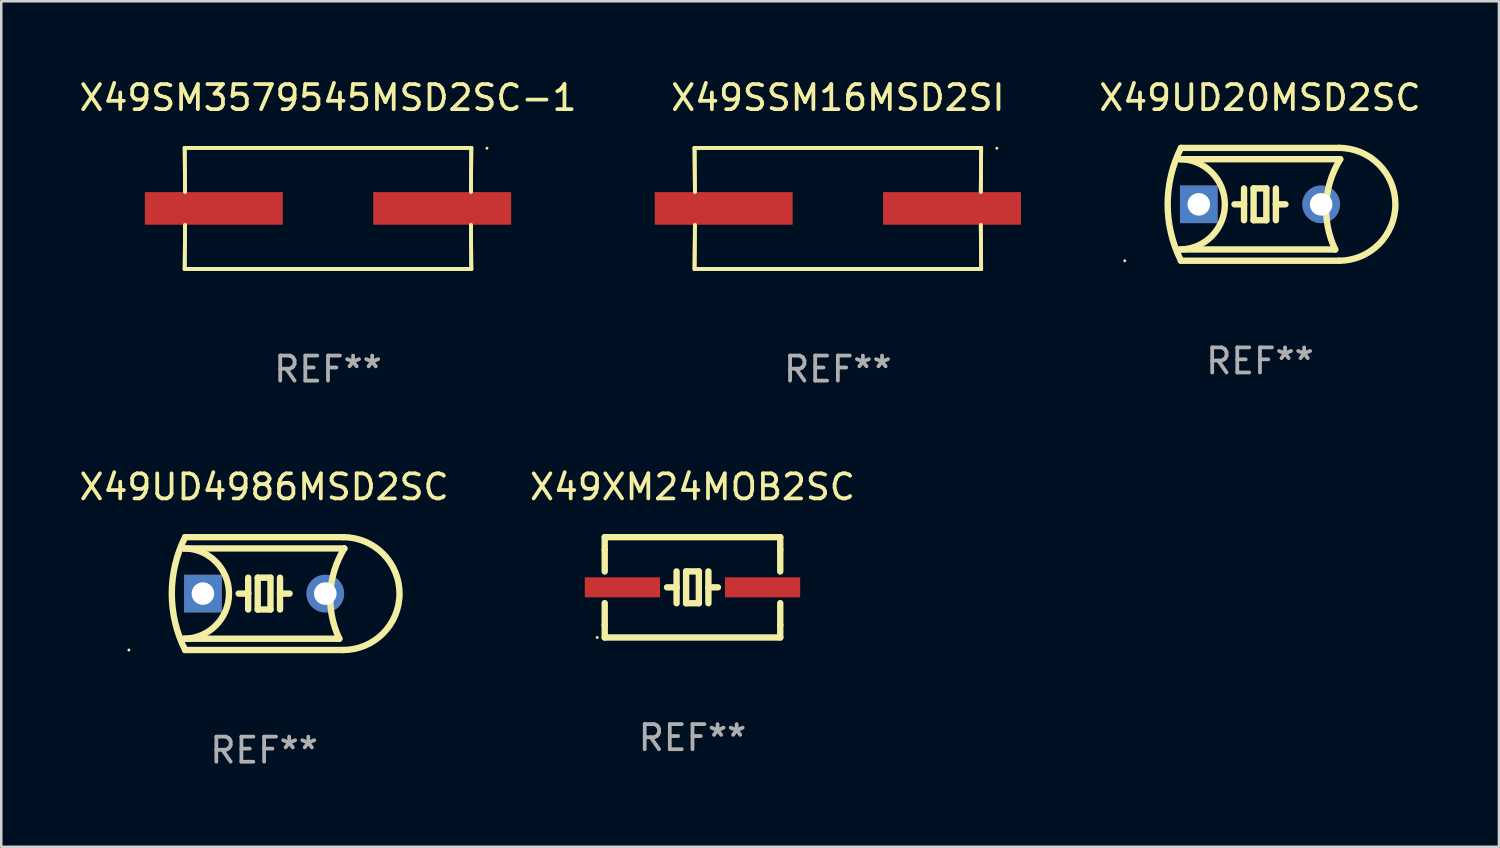
<source format=kicad_pcb>
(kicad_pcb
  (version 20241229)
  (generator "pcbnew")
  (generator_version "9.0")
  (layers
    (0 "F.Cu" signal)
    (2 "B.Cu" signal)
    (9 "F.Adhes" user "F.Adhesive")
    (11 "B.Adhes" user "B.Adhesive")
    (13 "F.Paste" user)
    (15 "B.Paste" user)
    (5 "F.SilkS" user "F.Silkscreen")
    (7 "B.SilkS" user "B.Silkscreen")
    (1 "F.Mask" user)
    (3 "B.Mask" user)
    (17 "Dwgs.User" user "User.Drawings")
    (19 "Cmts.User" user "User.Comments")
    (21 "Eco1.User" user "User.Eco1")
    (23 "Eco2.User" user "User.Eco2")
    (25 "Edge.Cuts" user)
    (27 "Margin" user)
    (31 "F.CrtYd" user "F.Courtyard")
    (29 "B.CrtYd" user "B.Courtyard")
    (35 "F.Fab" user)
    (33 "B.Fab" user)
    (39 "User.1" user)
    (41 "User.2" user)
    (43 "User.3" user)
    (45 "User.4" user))
  (footprint "X49UD20MSD2SC"
    (layer "F.Cu")
    (at 47.195 5.098)
    (property "Reference" "X49UD20MSD2SC" (at 0 -4.25 0) (layer "F.SilkS") (effects (font (size 1 1) (thickness 0.15))))
    (attr through_hole)
    (fp_line (start -3.2 -1.8) (end 3.2 -1.8) (stroke (width 0.254) (type solid)) (layer "F.SilkS"))
    (fp_line (start -3.15 2.25) (end 3.15 2.25) (stroke (width 0.254) (type solid)) (layer "F.SilkS"))
    (fp_line (start -0.635 -0.635) (end -0.635 0) (stroke (width 0.254) (type solid)) (layer "F.SilkS"))
    (fp_line (start -0.635 0) (end -1.016 0) (stroke (width 0.254) (type solid)) (layer "F.SilkS"))
    (fp_line (start -0.635 0) (end -0.635 0.635) (stroke (width 0.254) (type solid)) (layer "F.SilkS"))
    (fp_line (start -0.254 -0.635) (end -0.254 0.635) (stroke (width 0.254) (type solid)) (layer "F.SilkS"))
    (fp_line (start -0.254 0.635) (end 0.254 0.635) (stroke (width 0.254) (type solid)) (layer "F.SilkS"))
    (fp_line (start 0.254 -0.635) (end -0.254 -0.635) (stroke (width 0.254) (type solid)) (layer "F.SilkS"))
    (fp_line (start 0.254 0.635) (end 0.254 -0.635) (stroke (width 0.254) (type solid)) (layer "F.SilkS"))
    (fp_line (start 0.635 -0.635) (end 0.635 0) (stroke (width 0.254) (type solid)) (layer "F.SilkS"))
    (fp_line (start 0.635 0) (end 0.635 0.635) (stroke (width 0.254) (type solid)) (layer "F.SilkS"))
    (fp_line (start 0.635 0) (end 1.016 0) (stroke (width 0.254) (type solid)) (layer "F.SilkS"))
    (fp_line (start 3 1.8) (end -3.2 1.8) (stroke (width 0.254) (type solid)) (layer "F.SilkS"))
    (fp_line (start 3.15 -2.25) (end -3.15 -2.25) (stroke (width 0.254) (type solid)) (layer "F.SilkS"))
    (fp_arc (start -3.200406 -1.800864) (mid -1.399974 -0.000635) (end -3.2 1.8) (stroke (width 0.254001) (type solid)) (layer "F.SilkS"))
    (fp_arc (start -3.149606 2.250444) (mid -3.680941 0.000261) (end -3.149987 -2.250013) (stroke (width 0.254001) (type solid)) (layer "F.SilkS"))
    (fp_arc (start 2.999746 1.800863) (mid 2.642982 -0.024977) (end 3.2 -1.8) (stroke (width 0.254001) (type solid)) (layer "F.SilkS"))
    (fp_arc (start 3.149607 -2.250445) (mid 5.399848 -0.000406) (end 3.149987 2.250013) (stroke (width 0.254001) (type solid)) (layer "F.SilkS"))
    (fp_circle (center -5.392 2.25) (end -5.362 2.25) (stroke (width 0.06) (type solid)) (fill no) (layer "F.SilkS"))
    (fp_text user "REF**" (at 0 6.25 0) (layer "F.Fab") (effects (font (size 1 1) (thickness 0.15))))
    (pad "1" thru_hole rect (at -2.44 0) (size 1.5 1.5) (drill 0.9) (layers "*.Cu" "*.Mask"))
    (pad "2" thru_hole circle (at 2.44 0) (size 1.5 1.5) (drill 0.9) (layers "*.Cu" "*.Mask")))
  (footprint "X49SSM16MSD2SI"
    (layer "F.Cu")
    (at 30.362 5.261)
    (property "Reference" "X49SSM16MSD2SI" (at 0 -4.413 0) (layer "F.SilkS") (effects (font (size 1 1) (thickness 0.15))))
    (attr through_hole)
    (fp_line (start -5.715 -2.413) (end -5.7 -0.662) (stroke (width 0.152) (type solid)) (layer "F.SilkS"))
    (fp_line (start -5.715 -2.413) (end -5.7 -0.662) (stroke (width 0.152) (type solid)) (layer "F.SilkS"))
    (fp_line (start -5.715 2.413) (end 5.715 2.413) (stroke (width 0.152) (type solid)) (layer "F.SilkS"))
    (fp_line (start -5.715 2.413) (end 5.715 2.413) (stroke (width 0.152) (type solid)) (layer "F.SilkS"))
    (fp_line (start -5.7 0.662) (end -5.715 2.413) (stroke (width 0.152) (type solid)) (layer "F.SilkS"))
    (fp_line (start -5.7 0.662) (end -5.715 2.413) (stroke (width 0.152) (type solid)) (layer "F.SilkS"))
    (fp_line (start 5.7 -0.662) (end 5.715 -2.413) (stroke (width 0.152) (type solid)) (layer "F.SilkS"))
    (fp_line (start 5.7 -0.662) (end 5.715 -2.413) (stroke (width 0.152) (type solid)) (layer "F.SilkS"))
    (fp_line (start 5.715 -2.413) (end -5.715 -2.413) (stroke (width 0.152) (type solid)) (layer "F.SilkS"))
    (fp_line (start 5.715 -2.413) (end -5.715 -2.413) (stroke (width 0.152) (type solid)) (layer "F.SilkS"))
    (fp_line (start 5.715 2.413) (end 5.7 0.662) (stroke (width 0.152) (type solid)) (layer "F.SilkS"))
    (fp_line (start 5.715 2.413) (end 5.7 0.662) (stroke (width 0.152) (type solid)) (layer "F.SilkS"))
    (fp_circle (center 6.34 -2.4) (end 6.37 -2.4) (stroke (width 0.06) (type solid)) (fill no) (layer "F.SilkS"))
    (fp_text user "REF**" (at 0 6.413 0) (layer "F.Fab") (effects (font (size 1 1) (thickness 0.15))))
    (pad "1" smd rect (at 4.553 0) (size 5.5 1.3) (layers "F.Cu" "F.Mask" "F.Paste"))
    (pad "2" smd rect (at -4.553 0) (size 5.5 1.3) (layers "F.Cu" "F.Mask" "F.Paste")))
  (footprint "X49XM24MOB2SC"
    (layer "F.Cu")
    (at 24.565 20.371)
    (property "Reference" "X49XM24MOB2SC" (at 0 -4 0) (layer "F.SilkS") (effects (font (size 1 1) (thickness 0.15))))
    (attr through_hole)
    (fp_line (start -3.5 -2) (end 3.5 -2) (stroke (width 0.254) (type solid)) (layer "F.SilkS"))
    (fp_line (start -3.5 -1.5) (end -3.5 -2) (stroke (width 0.254) (type solid)) (layer "F.SilkS"))
    (fp_line (start -3.5 -1.5) (end -3.5 -0.631) (stroke (width 0.254) (type solid)) (layer "F.SilkS"))
    (fp_line (start -3.5 0.631) (end -3.5 1.5) (stroke (width 0.254) (type solid)) (layer "F.SilkS"))
    (fp_line (start -3.5 1.5) (end -3.5 2) (stroke (width 0.254) (type solid)) (layer "F.SilkS"))
    (fp_line (start -3.5 2) (end 3.5 2) (stroke (width 0.254) (type solid)) (layer "F.SilkS"))
    (fp_line (start -0.635 -0.635) (end -0.635 0) (stroke (width 0.254) (type solid)) (layer "F.SilkS"))
    (fp_line (start -0.635 0) (end -1.016 0) (stroke (width 0.254) (type solid)) (layer "F.SilkS"))
    (fp_line (start -0.635 0) (end -0.635 0.635) (stroke (width 0.254) (type solid)) (layer "F.SilkS"))
    (fp_line (start -0.254 -0.635) (end -0.254 0.635) (stroke (width 0.254) (type solid)) (layer "F.SilkS"))
    (fp_line (start -0.254 0.635) (end 0.254 0.635) (stroke (width 0.254) (type solid)) (layer "F.SilkS"))
    (fp_line (start 0.254 -0.635) (end -0.254 -0.635) (stroke (width 0.254) (type solid)) (layer "F.SilkS"))
    (fp_line (start 0.254 0.635) (end 0.254 -0.635) (stroke (width 0.254) (type solid)) (layer "F.SilkS"))
    (fp_line (start 0.635 -0.635) (end 0.635 0) (stroke (width 0.254) (type solid)) (layer "F.SilkS"))
    (fp_line (start 0.635 0) (end 0.635 0.635) (stroke (width 0.254) (type solid)) (layer "F.SilkS"))
    (fp_line (start 0.635 0) (end 1.016 0) (stroke (width 0.254) (type solid)) (layer "F.SilkS"))
    (fp_line (start 3.5 -2) (end 3.5 -1.5) (stroke (width 0.254) (type solid)) (layer "F.SilkS"))
    (fp_line (start 3.5 -1.5) (end 3.5 -0.631) (stroke (width 0.254) (type solid)) (layer "F.SilkS"))
    (fp_line (start 3.5 0.631) (end 3.5 1.5) (stroke (width 0.254) (type solid)) (layer "F.SilkS"))
    (fp_line (start 3.5 2) (end 3.5 1.5) (stroke (width 0.254) (type solid)) (layer "F.SilkS"))
    (fp_circle (center -3.8 2) (end -3.77 2) (stroke (width 0.06) (type solid)) (fill no) (layer "F.SilkS"))
    (fp_text user "REF**" (at 0 6 0) (layer "F.Fab") (effects (font (size 1 1) (thickness 0.15))))
    (pad "1" smd rect (at -2.794 0) (size 3 0.8) (layers "F.Cu" "F.Mask" "F.Paste"))
    (pad "2" smd rect (at 2.794 0) (size 3 0.8) (layers "F.Cu" "F.Mask" "F.Paste")))
  (footprint "X49UD4986MSD2SC"
    (layer "F.Cu")
    (at 7.482 20.621)
    (property "Reference" "X49UD4986MSD2SC" (at 0 -4.25 0) (layer "F.SilkS") (effects (font (size 1 1) (thickness 0.15))))
    (attr through_hole)
    (fp_line (start -3.2 -1.8) (end 3.2 -1.8) (stroke (width 0.254) (type solid)) (layer "F.SilkS"))
    (fp_line (start -3.15 2.25) (end 3.15 2.25) (stroke (width 0.254) (type solid)) (layer "F.SilkS"))
    (fp_line (start -0.635 -0.635) (end -0.635 0) (stroke (width 0.254) (type solid)) (layer "F.SilkS"))
    (fp_line (start -0.635 0) (end -1.016 0) (stroke (width 0.254) (type solid)) (layer "F.SilkS"))
    (fp_line (start -0.635 0) (end -0.635 0.635) (stroke (width 0.254) (type solid)) (layer "F.SilkS"))
    (fp_line (start -0.254 -0.635) (end -0.254 0.635) (stroke (width 0.254) (type solid)) (layer "F.SilkS"))
    (fp_line (start -0.254 0.635) (end 0.254 0.635) (stroke (width 0.254) (type solid)) (layer "F.SilkS"))
    (fp_line (start 0.254 -0.635) (end -0.254 -0.635) (stroke (width 0.254) (type solid)) (layer "F.SilkS"))
    (fp_line (start 0.254 0.635) (end 0.254 -0.635) (stroke (width 0.254) (type solid)) (layer "F.SilkS"))
    (fp_line (start 0.635 -0.635) (end 0.635 0) (stroke (width 0.254) (type solid)) (layer "F.SilkS"))
    (fp_line (start 0.635 0) (end 0.635 0.635) (stroke (width 0.254) (type solid)) (layer "F.SilkS"))
    (fp_line (start 0.635 0) (end 1.016 0) (stroke (width 0.254) (type solid)) (layer "F.SilkS"))
    (fp_line (start 3 1.8) (end -3.2 1.8) (stroke (width 0.254) (type solid)) (layer "F.SilkS"))
    (fp_line (start 3.15 -2.25) (end -3.15 -2.25) (stroke (width 0.254) (type solid)) (layer "F.SilkS"))
    (fp_arc (start -3.200406 -1.800864) (mid -1.399974 -0.000635) (end -3.2 1.8) (stroke (width 0.254001) (type solid)) (layer "F.SilkS"))
    (fp_arc (start -3.149606 2.250444) (mid -3.680941 0.000261) (end -3.149987 -2.250013) (stroke (width 0.254001) (type solid)) (layer "F.SilkS"))
    (fp_arc (start 2.999746 1.800863) (mid 2.642982 -0.024977) (end 3.2 -1.8) (stroke (width 0.254001) (type solid)) (layer "F.SilkS"))
    (fp_arc (start 3.149607 -2.250445) (mid 5.399848 -0.000406) (end 3.149987 2.250013) (stroke (width 0.254001) (type solid)) (layer "F.SilkS"))
    (fp_circle (center -5.392 2.25) (end -5.362 2.25) (stroke (width 0.06) (type solid)) (fill no) (layer "F.SilkS"))
    (fp_text user "REF**" (at 0 6.25 0) (layer "F.Fab") (effects (font (size 1 1) (thickness 0.15))))
    (pad "1" thru_hole rect (at -2.44 0) (size 1.5 1.5) (drill 0.9) (layers "*.Cu" "*.Mask"))
    (pad "2" thru_hole circle (at 2.44 0) (size 1.5 1.5) (drill 0.9) (layers "*.Cu" "*.Mask")))
  (footprint "X49SM3579545MSD2SC-1"
    (layer "F.Cu")
    (at 10.03 5.261)
    (property "Reference" "X49SM3579545MSD2SC-1" (at 0 -4.413 0) (layer "F.SilkS") (effects (font (size 1 1) (thickness 0.15))))
    (attr through_hole)
    (fp_line (start -5.715 -2.413) (end -5.7 -0.662) (stroke (width 0.152) (type solid)) (layer "F.SilkS"))
    (fp_line (start -5.715 -2.413) (end -5.7 -0.662) (stroke (width 0.152) (type solid)) (layer "F.SilkS"))
    (fp_line (start -5.715 2.413) (end 5.715 2.413) (stroke (width 0.152) (type solid)) (layer "F.SilkS"))
    (fp_line (start -5.715 2.413) (end 5.715 2.413) (stroke (width 0.152) (type solid)) (layer "F.SilkS"))
    (fp_line (start -5.7 0.662) (end -5.715 2.413) (stroke (width 0.152) (type solid)) (layer "F.SilkS"))
    (fp_line (start -5.7 0.662) (end -5.715 2.413) (stroke (width 0.152) (type solid)) (layer "F.SilkS"))
    (fp_line (start 5.7 -0.662) (end 5.715 -2.413) (stroke (width 0.152) (type solid)) (layer "F.SilkS"))
    (fp_line (start 5.7 -0.662) (end 5.715 -2.413) (stroke (width 0.152) (type solid)) (layer "F.SilkS"))
    (fp_line (start 5.715 -2.413) (end -5.715 -2.413) (stroke (width 0.152) (type solid)) (layer "F.SilkS"))
    (fp_line (start 5.715 -2.413) (end -5.715 -2.413) (stroke (width 0.152) (type solid)) (layer "F.SilkS"))
    (fp_line (start 5.715 2.413) (end 5.7 0.662) (stroke (width 0.152) (type solid)) (layer "F.SilkS"))
    (fp_line (start 5.715 2.413) (end 5.7 0.662) (stroke (width 0.152) (type solid)) (layer "F.SilkS"))
    (fp_circle (center 6.34 -2.4) (end 6.37 -2.4) (stroke (width 0.06) (type solid)) (fill no) (layer "F.SilkS"))
    (fp_text user "REF**" (at 0 6.413 0) (layer "F.Fab") (effects (font (size 1 1) (thickness 0.15))))
    (pad "1" smd rect (at 4.553 0) (size 5.5 1.3) (layers "F.Cu" "F.Mask" "F.Paste"))
    (pad "2" smd rect (at -4.553 0) (size 5.5 1.3) (layers "F.Cu" "F.Mask" "F.Paste")))
  (gr_rect
    (start -3 -3)
    (end 56.725 30.719)
    (stroke (width 0.1) (type default))
    (fill no)
    (layer "Edge.Cuts")))
</source>
